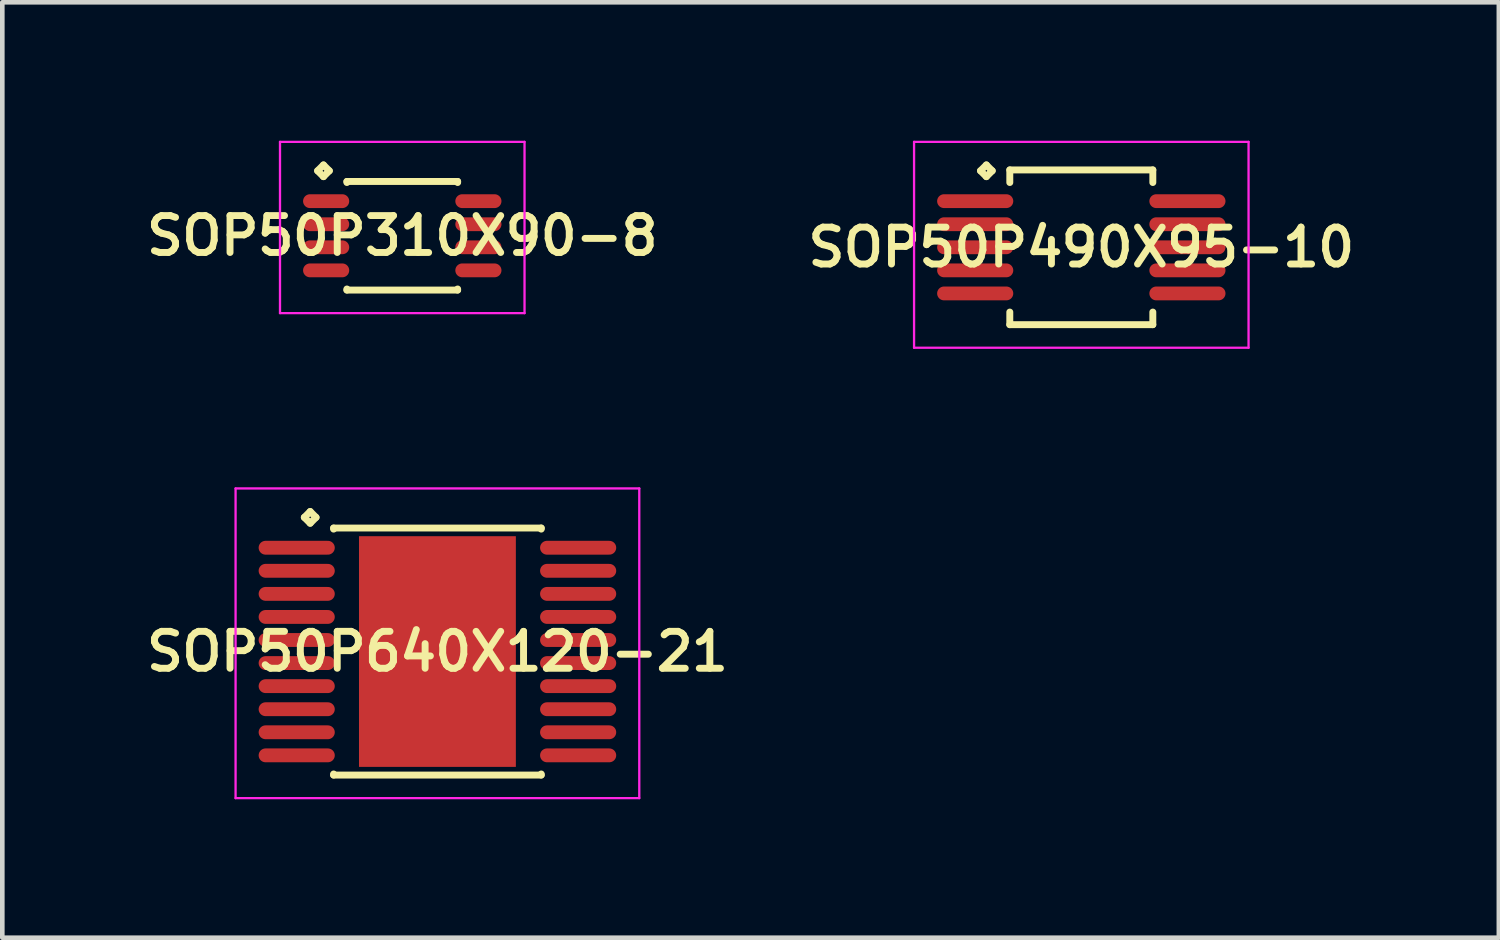
<source format=kicad_pcb>
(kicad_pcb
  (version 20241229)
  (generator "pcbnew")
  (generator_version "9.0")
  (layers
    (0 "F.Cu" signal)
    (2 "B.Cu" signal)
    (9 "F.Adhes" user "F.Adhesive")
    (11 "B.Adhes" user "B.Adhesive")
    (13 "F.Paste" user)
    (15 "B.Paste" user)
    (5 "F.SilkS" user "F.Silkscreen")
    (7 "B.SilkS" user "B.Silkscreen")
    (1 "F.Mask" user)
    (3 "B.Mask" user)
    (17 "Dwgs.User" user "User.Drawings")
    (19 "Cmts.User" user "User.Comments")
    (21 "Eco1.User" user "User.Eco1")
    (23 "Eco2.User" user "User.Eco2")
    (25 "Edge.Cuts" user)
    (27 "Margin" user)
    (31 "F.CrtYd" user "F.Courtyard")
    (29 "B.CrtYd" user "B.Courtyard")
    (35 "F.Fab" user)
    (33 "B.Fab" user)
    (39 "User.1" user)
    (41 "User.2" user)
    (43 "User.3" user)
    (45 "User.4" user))
  (footprint "SOP50P490X95-10"
    (layer "F.Cu")
    (at 20.387 2.31)
    (property "Reference" "SOP50P490X95-10" (at 0 0 0) (layer "F.SilkS") (effects (font (size 0.8 0.8) (thickness 0.15))))
    (attr smd)
    (fp_line (start -2.185 -1.658) (end -2.058 -1.785) (stroke (width 0.15) (type solid)) (layer "F.SilkS"))
    (fp_line (start -2.058 -1.785) (end -1.931 -1.658) (stroke (width 0.15) (type solid)) (layer "F.SilkS"))
    (fp_line (start -2.058 -1.531) (end -2.185 -1.658) (stroke (width 0.15) (type solid)) (layer "F.SilkS"))
    (fp_line (start -1.931 -1.658) (end -2.058 -1.531) (stroke (width 0.15) (type solid)) (layer "F.SilkS"))
    (fp_line (start -1.55 -1.677) (end 1.55 -1.677) (stroke (width 0.15) (type solid)) (layer "F.SilkS"))
    (fp_line (start -1.55 -1.404) (end -1.55 -1.677) (stroke (width 0.15) (type solid)) (layer "F.SilkS"))
    (fp_line (start -1.55 1.404) (end -1.55 1.677) (stroke (width 0.15) (type solid)) (layer "F.SilkS"))
    (fp_line (start -1.55 1.677) (end 1.55 1.677) (stroke (width 0.15) (type solid)) (layer "F.SilkS"))
    (fp_line (start 1.55 -1.677) (end 1.55 -1.404) (stroke (width 0.15) (type solid)) (layer "F.SilkS"))
    (fp_line (start 1.55 1.677) (end 1.55 1.404) (stroke (width 0.15) (type solid)) (layer "F.SilkS"))
    (fp_line (start -3.625 -2.285) (end 3.625 -2.285) (stroke (width 0.05) (type solid)) (layer "F.CrtYd"))
    (fp_line (start -3.625 2.177) (end -3.625 -2.285) (stroke (width 0.05) (type solid)) (layer "F.CrtYd"))
    (fp_line (start 3.625 -2.285) (end 3.625 2.177) (stroke (width 0.05) (type solid)) (layer "F.CrtYd"))
    (fp_line (start 3.625 2.177) (end -3.625 2.177) (stroke (width 0.05) (type solid)) (layer "F.CrtYd"))
    (pad "1" smd oval (at -2.3 -1) (size 1.65 0.3) (layers "F.Cu" "F.Mask" "F.Paste"))
    (pad "2" smd oval (at -2.3 -0.5) (size 1.65 0.3) (layers "F.Cu" "F.Mask" "F.Paste"))
    (pad "3" smd oval (at -2.3 0) (size 1.65 0.3) (layers "F.Cu" "F.Mask" "F.Paste"))
    (pad "4" smd oval (at -2.3 0.5) (size 1.65 0.3) (layers "F.Cu" "F.Mask" "F.Paste"))
    (pad "5" smd oval (at -2.3 1) (size 1.65 0.3) (layers "F.Cu" "F.Mask" "F.Paste"))
    (pad "6" smd oval (at 2.3 1) (size 1.65 0.3) (layers "F.Cu" "F.Mask" "F.Paste"))
    (pad "7" smd oval (at 2.3 0.5) (size 1.65 0.3) (layers "F.Cu" "F.Mask" "F.Paste"))
    (pad "8" smd oval (at 2.3 0) (size 1.65 0.3) (layers "F.Cu" "F.Mask" "F.Paste"))
    (pad "9" smd oval (at 2.3 -0.5) (size 1.65 0.3) (layers "F.Cu" "F.Mask" "F.Paste"))
    (pad "10" smd oval (at 2.3 -1) (size 1.65 0.3) (layers "F.Cu" "F.Mask" "F.Paste")))
  (footprint "SOP50P640X120-21"
    (layer "F.Cu")
    (at 6.431 11.072)
    (property "Reference" "SOP50P640X120-21" (at 0 0 0) (layer "F.SilkS") (effects (font (size 0.8 0.8) (thickness 0.15))))
    (attr smd)
    (fp_line (start -2.885 -2.908) (end -2.758 -3.035) (stroke (width 0.15) (type solid)) (layer "F.SilkS"))
    (fp_line (start -2.758 -3.035) (end -2.631 -2.908) (stroke (width 0.15) (type solid)) (layer "F.SilkS"))
    (fp_line (start -2.758 -2.781) (end -2.885 -2.908) (stroke (width 0.15) (type solid)) (layer "F.SilkS"))
    (fp_line (start -2.631 -2.908) (end -2.758 -2.781) (stroke (width 0.15) (type solid)) (layer "F.SilkS"))
    (fp_line (start -2.25 -2.677) (end 2.25 -2.677) (stroke (width 0.15) (type solid)) (layer "F.SilkS"))
    (fp_line (start -2.25 -2.654) (end -2.25 -2.677) (stroke (width 0.15) (type solid)) (layer "F.SilkS"))
    (fp_line (start -2.25 2.654) (end -2.25 2.677) (stroke (width 0.15) (type solid)) (layer "F.SilkS"))
    (fp_line (start -2.25 2.677) (end 2.25 2.677) (stroke (width 0.15) (type solid)) (layer "F.SilkS"))
    (fp_line (start 2.25 -2.677) (end 2.25 -2.654) (stroke (width 0.15) (type solid)) (layer "F.SilkS"))
    (fp_line (start 2.25 2.677) (end 2.25 2.654) (stroke (width 0.15) (type solid)) (layer "F.SilkS"))
    (fp_line (start -4.375 -3.535) (end 4.375 -3.535) (stroke (width 0.05) (type solid)) (layer "F.CrtYd"))
    (fp_line (start -4.375 3.177) (end -4.375 -3.535) (stroke (width 0.05) (type solid)) (layer "F.CrtYd"))
    (fp_line (start 4.375 -3.535) (end 4.375 3.177) (stroke (width 0.05) (type solid)) (layer "F.CrtYd"))
    (fp_line (start 4.375 3.177) (end -4.375 3.177) (stroke (width 0.05) (type solid)) (layer "F.CrtYd"))
    (pad "1" smd oval (at -3.05 -2.25) (size 1.65 0.3) (layers "F.Cu" "F.Mask" "F.Paste"))
    (pad "2" smd oval (at -3.05 -1.75) (size 1.65 0.3) (layers "F.Cu" "F.Mask" "F.Paste"))
    (pad "3" smd oval (at -3.05 -1.25) (size 1.65 0.3) (layers "F.Cu" "F.Mask" "F.Paste"))
    (pad "4" smd oval (at -3.05 -0.75) (size 1.65 0.3) (layers "F.Cu" "F.Mask" "F.Paste"))
    (pad "5" smd oval (at -3.05 -0.25) (size 1.65 0.3) (layers "F.Cu" "F.Mask" "F.Paste"))
    (pad "6" smd oval (at -3.05 0.25) (size 1.65 0.3) (layers "F.Cu" "F.Mask" "F.Paste"))
    (pad "7" smd oval (at -3.05 0.75) (size 1.65 0.3) (layers "F.Cu" "F.Mask" "F.Paste"))
    (pad "8" smd oval (at -3.05 1.25) (size 1.65 0.3) (layers "F.Cu" "F.Mask" "F.Paste"))
    (pad "9" smd oval (at -3.05 1.75) (size 1.65 0.3) (layers "F.Cu" "F.Mask" "F.Paste"))
    (pad "10" smd oval (at -3.05 2.25) (size 1.65 0.3) (layers "F.Cu" "F.Mask" "F.Paste"))
    (pad "11" smd oval (at 3.05 2.25) (size 1.65 0.3) (layers "F.Cu" "F.Mask" "F.Paste"))
    (pad "12" smd oval (at 3.05 1.75) (size 1.65 0.3) (layers "F.Cu" "F.Mask" "F.Paste"))
    (pad "13" smd oval (at 3.05 1.25) (size 1.65 0.3) (layers "F.Cu" "F.Mask" "F.Paste"))
    (pad "14" smd oval (at 3.05 0.75) (size 1.65 0.3) (layers "F.Cu" "F.Mask" "F.Paste"))
    (pad "15" smd oval (at 3.05 0.25) (size 1.65 0.3) (layers "F.Cu" "F.Mask" "F.Paste"))
    (pad "16" smd oval (at 3.05 -0.25) (size 1.65 0.3) (layers "F.Cu" "F.Mask" "F.Paste"))
    (pad "17" smd oval (at 3.05 -0.75) (size 1.65 0.3) (layers "F.Cu" "F.Mask" "F.Paste"))
    (pad "18" smd oval (at 3.05 -1.25) (size 1.65 0.3) (layers "F.Cu" "F.Mask" "F.Paste"))
    (pad "19" smd oval (at 3.05 -1.75) (size 1.65 0.3) (layers "F.Cu" "F.Mask" "F.Paste"))
    (pad "20" smd oval (at 3.05 -2.25) (size 1.65 0.3) (layers "F.Cu" "F.Mask" "F.Paste"))
    (pad "21" smd rect (at 0 0) (size 3.4 5) (layers "F.Cu" "F.Mask" "F.Paste")))
  (footprint "SOP50P310X90-8"
    (layer "F.Cu")
    (at 5.669 2.06)
    (property "Reference" "SOP50P310X90-8" (at 0 0 0) (layer "F.SilkS") (effects (font (size 0.8 0.8) (thickness 0.15))))
    (attr smd)
    (fp_line (start -1.835 -1.408) (end -1.708 -1.535) (stroke (width 0.15) (type solid)) (layer "F.SilkS"))
    (fp_line (start -1.708 -1.535) (end -1.581 -1.408) (stroke (width 0.15) (type solid)) (layer "F.SilkS"))
    (fp_line (start -1.708 -1.281) (end -1.835 -1.408) (stroke (width 0.15) (type solid)) (layer "F.SilkS"))
    (fp_line (start -1.581 -1.408) (end -1.708 -1.281) (stroke (width 0.15) (type solid)) (layer "F.SilkS"))
    (fp_line (start -1.2 -1.177) (end 1.2 -1.177) (stroke (width 0.15) (type solid)) (layer "F.SilkS"))
    (fp_line (start -1.2 -1.154) (end -1.2 -1.177) (stroke (width 0.15) (type solid)) (layer "F.SilkS"))
    (fp_line (start -1.2 1.154) (end -1.2 1.177) (stroke (width 0.15) (type solid)) (layer "F.SilkS"))
    (fp_line (start -1.2 1.177) (end 1.2 1.177) (stroke (width 0.15) (type solid)) (layer "F.SilkS"))
    (fp_line (start 1.2 -1.177) (end 1.2 -1.154) (stroke (width 0.15) (type solid)) (layer "F.SilkS"))
    (fp_line (start 1.2 1.177) (end 1.2 1.154) (stroke (width 0.15) (type solid)) (layer "F.SilkS"))
    (fp_line (start -2.65 -2.035) (end 2.65 -2.035) (stroke (width 0.05) (type solid)) (layer "F.CrtYd"))
    (fp_line (start -2.65 1.677) (end -2.65 -2.035) (stroke (width 0.05) (type solid)) (layer "F.CrtYd"))
    (fp_line (start 2.65 -2.035) (end 2.65 1.677) (stroke (width 0.05) (type solid)) (layer "F.CrtYd"))
    (fp_line (start 2.65 1.677) (end -2.65 1.677) (stroke (width 0.05) (type solid)) (layer "F.CrtYd"))
    (pad "1" smd oval (at -1.65 -0.75) (size 1 0.3) (layers "F.Cu" "F.Mask" "F.Paste"))
    (pad "2" smd oval (at -1.65 -0.25) (size 1 0.3) (layers "F.Cu" "F.Mask" "F.Paste"))
    (pad "3" smd oval (at -1.65 0.25) (size 1 0.3) (layers "F.Cu" "F.Mask" "F.Paste"))
    (pad "4" smd oval (at -1.65 0.75) (size 1 0.3) (layers "F.Cu" "F.Mask" "F.Paste"))
    (pad "5" smd oval (at 1.65 0.75) (size 1 0.3) (layers "F.Cu" "F.Mask" "F.Paste"))
    (pad "6" smd oval (at 1.65 0.25) (size 1 0.3) (layers "F.Cu" "F.Mask" "F.Paste"))
    (pad "7" smd oval (at 1.65 -0.25) (size 1 0.3) (layers "F.Cu" "F.Mask" "F.Paste"))
    (pad "8" smd oval (at 1.65 -0.75) (size 1 0.3) (layers "F.Cu" "F.Mask" "F.Paste")))
  (gr_rect
    (start -3 -3)
    (end 29.437 17.274)
    (stroke (width 0.1) (type default))
    (fill no)
    (layer "Edge.Cuts")))
</source>
